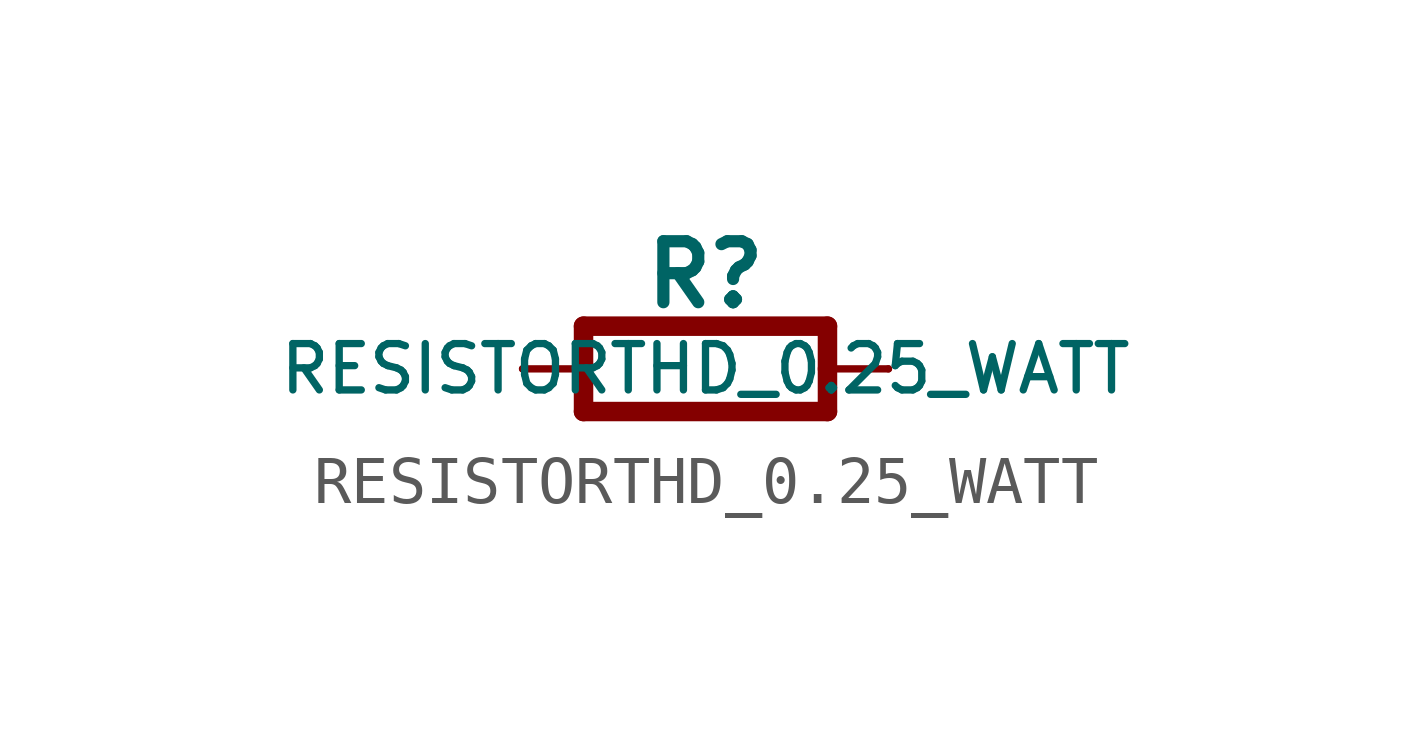
<source format=kicad_sym>
(kicad_symbol_lib
  (version 20211014)
  (generator kicad_symbol_editor)
  (symbol "RESISTORTHD_0.25_WATT"
    (property "Reference" "R"
      (at 1.27 1.219 0)
      (effects (font (size 1.27 1.27) bold) (justify bottom)))
    (property "Value" "RESISTORTHD_0.25_WATT"
      (at 1.27 0 0)
      (effects (font (size 0.965 0.965))))
    (property "ki_locked" ""
      (at 0 0 0)
      (effects (font (size 1.27 1.27))))
    (symbol "RESISTORTHD_0.25_WATT_1_0"
      (polyline (pts (xy -1.27 -0.889) (xy -1.27 0)) (stroke (width 0.406) (type default) (color 0 0 0 0)) (fill (type none)))
      (polyline (pts (xy -1.27 -0.889) (xy 3.81 -0.889)) (stroke (width 0.406) (type default) (color 0 0 0 0)) (fill (type none)))
      (polyline (pts (xy -1.27 0) (xy -2.54 0)) (stroke (width 0.152) (type default) (color 0 0 0 0)) (fill (type none)))
      (polyline (pts (xy -1.27 0) (xy -1.27 0.889)) (stroke (width 0.406) (type default) (color 0 0 0 0)) (fill (type none)))
      (polyline (pts (xy 3.81 -0.889) (xy 3.81 0)) (stroke (width 0.406) (type default) (color 0 0 0 0)) (fill (type none)))
      (polyline (pts (xy 3.81 0) (xy 3.81 0.889)) (stroke (width 0.406) (type default) (color 0 0 0 0)) (fill (type none)))
      (polyline (pts (xy 3.81 0) (xy 5.08 0)) (stroke (width 0.152) (type default) (color 0 0 0 0)) (fill (type none)))
      (polyline (pts (xy 3.81 0.889) (xy -1.27 0.889)) (stroke (width 0.406) (type default) (color 0 0 0 0)) (fill (type none)))
      (pin passive line (at -2.54 0 0) (length 0) (name "1" (effects (font (size 0 0)))) (number "1" (effects (font (size 0 0)))))
      (pin passive line (at 5.08 0 180) (length 0) (name "2" (effects (font (size 0 0)))) (number "2" (effects (font (size 0 0))))))))
</source>
